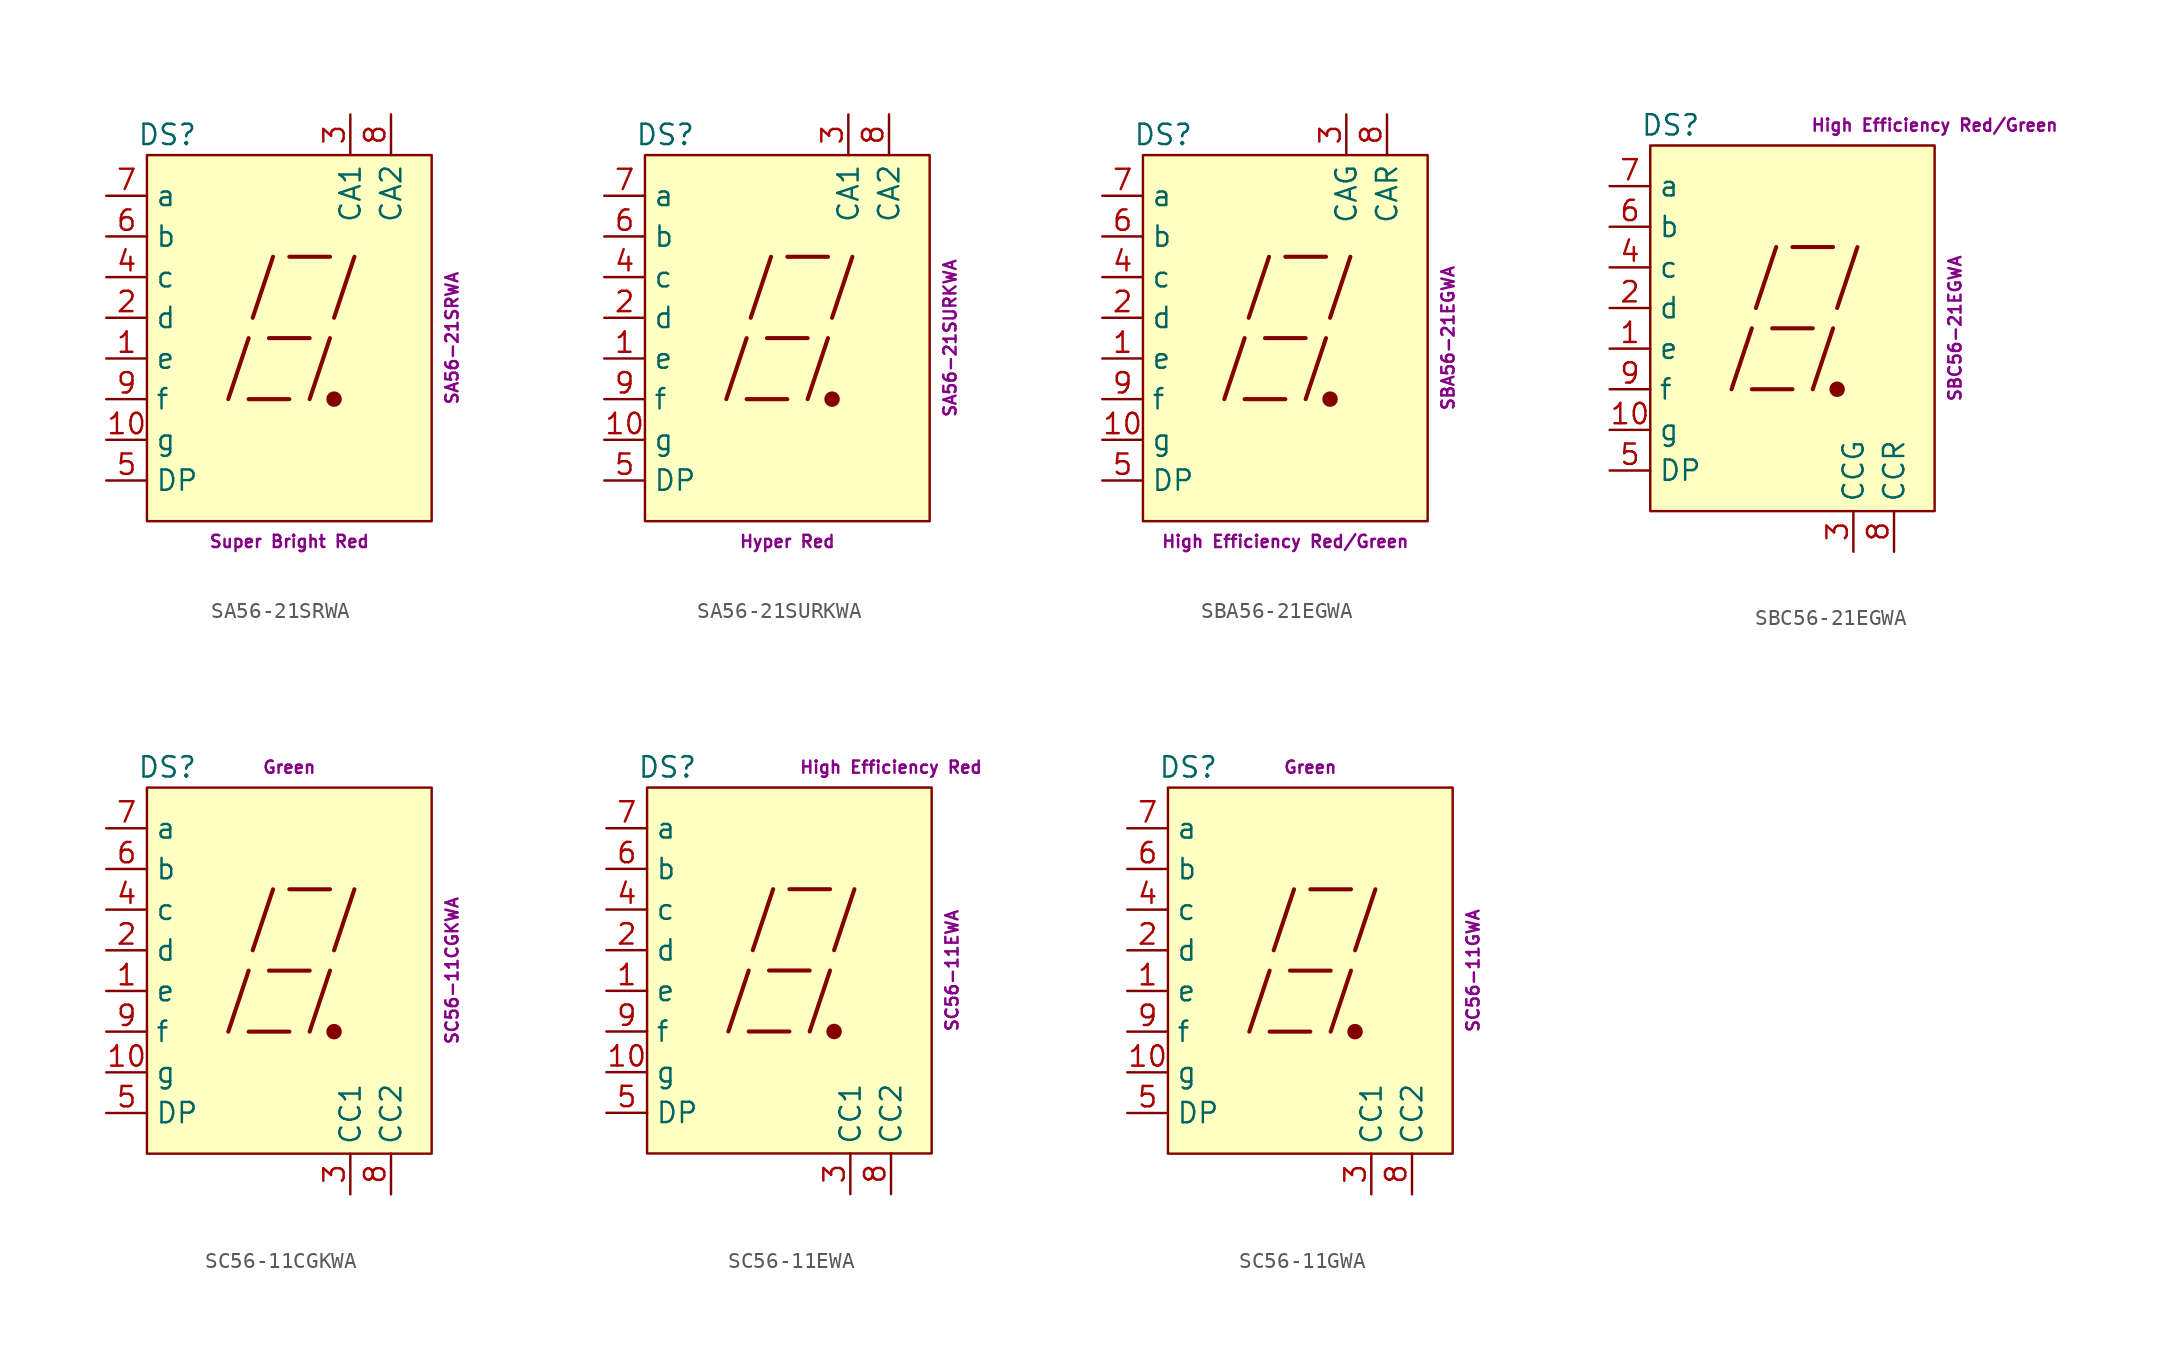
<source format=kicad_sym>
(kicad_symbol_lib
  (version 20211014)
  (generator kicad_symbol_editor)
  (symbol "SA56-21SRWA"
    (property "Reference" "DS"
      (at -7.62 12.7 0)
      (effects (font (size 1.27 1.27))))
    (property "Color" "Super Bright Red"
      (at 0 -12.7 0)
      (effects (font (size 0.762 0.762))))
    (property "Name" "SA56-21SRWA"
      (at 10.16 0 90)
      (effects (font (size 0.762 0.762))))
    (symbol "SA56-21SRWA_0_0"
      (rectangle (start -8.89 11.43) (end 8.89 -11.43) (stroke (width 0) (type default) (color 0 0 0 0)) (fill (type background)))
      (polyline (pts (xy -3.81 -3.81) (xy -2.54 0)) (stroke (width 0.254) (type default) (color 0 0 0 0)) (fill (type none)))
      (polyline (pts (xy -2.54 -3.81) (xy 0 -3.81)) (stroke (width 0.254) (type default) (color 0 0 0 0)) (fill (type none)))
      (polyline (pts (xy -2.286 1.27) (xy -1.016 5.08)) (stroke (width 0.254) (type default) (color 0 0 0 0)) (fill (type none)))
      (polyline (pts (xy -1.27 0) (xy 1.27 0)) (stroke (width 0.254) (type default) (color 0 0 0 0)) (fill (type none)))
      (polyline (pts (xy 0 5.08) (xy 2.54 5.08)) (stroke (width 0.254) (type default) (color 0 0 0 0)) (fill (type none)))
      (polyline (pts (xy 1.27 -3.81) (xy 2.54 0)) (stroke (width 0.254) (type default) (color 0 0 0 0)) (fill (type none)))
      (polyline (pts (xy 2.794 1.27) (xy 4.064 5.08)) (stroke (width 0.254) (type default) (color 0 0 0 0)) (fill (type none))))
    (symbol "SA56-21SRWA_0_1"
      (circle (center 2.794 -3.81) (radius 0.356) (stroke (width 0.254) (type default) (color 0 0 0 0)) (fill (type outline))))
    (symbol "SA56-21SRWA_1_1"
      (pin passive line (at -11.43 -1.27 0) (length 2.54) (name "e" (effects (font (size 1.27 1.27)))) (number "1" (effects (font (size 1.27 1.27)))))
      (pin passive line (at -11.43 -6.35 0) (length 2.54) (name "g" (effects (font (size 1.27 1.27)))) (number "10" (effects (font (size 1.27 1.27)))))
      (pin passive line (at -11.43 1.27 0) (length 2.54) (name "d" (effects (font (size 1.27 1.27)))) (number "2" (effects (font (size 1.27 1.27)))))
      (pin passive line (at 3.81 13.97 270) (length 2.54) (name "CA1" (effects (font (size 1.27 1.27)))) (number "3" (effects (font (size 1.27 1.27)))))
      (pin passive line (at -11.43 3.81 0) (length 2.54) (name "c" (effects (font (size 1.27 1.27)))) (number "4" (effects (font (size 1.27 1.27)))))
      (pin passive line (at -11.43 -8.89 0) (length 2.54) (name "DP" (effects (font (size 1.27 1.27)))) (number "5" (effects (font (size 1.27 1.27)))))
      (pin passive line (at -11.43 6.35 0) (length 2.54) (name "b" (effects (font (size 1.27 1.27)))) (number "6" (effects (font (size 1.27 1.27)))))
      (pin passive line (at -11.43 8.89 0) (length 2.54) (name "a" (effects (font (size 1.27 1.27)))) (number "7" (effects (font (size 1.27 1.27)))))
      (pin passive line (at 6.35 13.97 270) (length 2.54) (name "CA2" (effects (font (size 1.27 1.27)))) (number "8" (effects (font (size 1.27 1.27)))))
      (pin passive line (at -11.43 -3.81 0) (length 2.54) (name "f" (effects (font (size 1.27 1.27)))) (number "9" (effects (font (size 1.27 1.27)))))))
  (symbol "SA56-21SURKWA"
    (property "Reference" "DS"
      (at -7.62 12.7 0)
      (effects (font (size 1.27 1.27))))
    (property "Color" "Hyper Red"
      (at 0 -12.7 0)
      (effects (font (size 0.762 0.762))))
    (property "Name" "SA56-21SURKWA"
      (at 10.16 0 90)
      (effects (font (size 0.762 0.762))))
    (symbol "SA56-21SURKWA_0_0"
      (rectangle (start -8.89 11.43) (end 8.89 -11.43) (stroke (width 0) (type default) (color 0 0 0 0)) (fill (type background)))
      (polyline (pts (xy -3.81 -3.81) (xy -2.54 0)) (stroke (width 0.254) (type default) (color 0 0 0 0)) (fill (type none)))
      (polyline (pts (xy -2.54 -3.81) (xy 0 -3.81)) (stroke (width 0.254) (type default) (color 0 0 0 0)) (fill (type none)))
      (polyline (pts (xy -2.286 1.27) (xy -1.016 5.08)) (stroke (width 0.254) (type default) (color 0 0 0 0)) (fill (type none)))
      (polyline (pts (xy -1.27 0) (xy 1.27 0)) (stroke (width 0.254) (type default) (color 0 0 0 0)) (fill (type none)))
      (polyline (pts (xy 0 5.08) (xy 2.54 5.08)) (stroke (width 0.254) (type default) (color 0 0 0 0)) (fill (type none)))
      (polyline (pts (xy 1.27 -3.81) (xy 2.54 0)) (stroke (width 0.254) (type default) (color 0 0 0 0)) (fill (type none)))
      (polyline (pts (xy 2.794 1.27) (xy 4.064 5.08)) (stroke (width 0.254) (type default) (color 0 0 0 0)) (fill (type none))))
    (symbol "SA56-21SURKWA_0_1"
      (circle (center 2.794 -3.81) (radius 0.356) (stroke (width 0.254) (type default) (color 0 0 0 0)) (fill (type outline))))
    (symbol "SA56-21SURKWA_1_1"
      (pin passive line (at -11.43 -1.27 0) (length 2.54) (name "e" (effects (font (size 1.27 1.27)))) (number "1" (effects (font (size 1.27 1.27)))))
      (pin passive line (at -11.43 -6.35 0) (length 2.54) (name "g" (effects (font (size 1.27 1.27)))) (number "10" (effects (font (size 1.27 1.27)))))
      (pin passive line (at -11.43 1.27 0) (length 2.54) (name "d" (effects (font (size 1.27 1.27)))) (number "2" (effects (font (size 1.27 1.27)))))
      (pin passive line (at 3.81 13.97 270) (length 2.54) (name "CA1" (effects (font (size 1.27 1.27)))) (number "3" (effects (font (size 1.27 1.27)))))
      (pin passive line (at -11.43 3.81 0) (length 2.54) (name "c" (effects (font (size 1.27 1.27)))) (number "4" (effects (font (size 1.27 1.27)))))
      (pin passive line (at -11.43 -8.89 0) (length 2.54) (name "DP" (effects (font (size 1.27 1.27)))) (number "5" (effects (font (size 1.27 1.27)))))
      (pin passive line (at -11.43 6.35 0) (length 2.54) (name "b" (effects (font (size 1.27 1.27)))) (number "6" (effects (font (size 1.27 1.27)))))
      (pin passive line (at -11.43 8.89 0) (length 2.54) (name "a" (effects (font (size 1.27 1.27)))) (number "7" (effects (font (size 1.27 1.27)))))
      (pin passive line (at 6.35 13.97 270) (length 2.54) (name "CA2" (effects (font (size 1.27 1.27)))) (number "8" (effects (font (size 1.27 1.27)))))
      (pin passive line (at -11.43 -3.81 0) (length 2.54) (name "f" (effects (font (size 1.27 1.27)))) (number "9" (effects (font (size 1.27 1.27)))))))
  (symbol "SBA56-21EGWA"
    (property "Reference" "DS"
      (at -7.62 12.7 0)
      (effects (font (size 1.27 1.27))))
    (property "Color" "High Efficiency Red/Green"
      (at 0 -12.7 0)
      (effects (font (size 0.762 0.762))))
    (property "Name" "SBA56-21EGWA"
      (at 10.16 0 90)
      (effects (font (size 0.762 0.762))))
    (symbol "SBA56-21EGWA_0_0"
      (rectangle (start -8.89 11.43) (end 8.89 -11.43) (stroke (width 0) (type default) (color 0 0 0 0)) (fill (type background)))
      (polyline (pts (xy -3.81 -3.81) (xy -2.54 0)) (stroke (width 0.254) (type default) (color 0 0 0 0)) (fill (type none)))
      (polyline (pts (xy -2.54 -3.81) (xy 0 -3.81)) (stroke (width 0.254) (type default) (color 0 0 0 0)) (fill (type none)))
      (polyline (pts (xy -2.286 1.27) (xy -1.016 5.08)) (stroke (width 0.254) (type default) (color 0 0 0 0)) (fill (type none)))
      (polyline (pts (xy -1.27 0) (xy 1.27 0)) (stroke (width 0.254) (type default) (color 0 0 0 0)) (fill (type none)))
      (polyline (pts (xy 0 5.08) (xy 2.54 5.08)) (stroke (width 0.254) (type default) (color 0 0 0 0)) (fill (type none)))
      (polyline (pts (xy 1.27 -3.81) (xy 2.54 0)) (stroke (width 0.254) (type default) (color 0 0 0 0)) (fill (type none)))
      (polyline (pts (xy 2.794 1.27) (xy 4.064 5.08)) (stroke (width 0.254) (type default) (color 0 0 0 0)) (fill (type none))))
    (symbol "SBA56-21EGWA_0_1"
      (circle (center 2.794 -3.81) (radius 0.356) (stroke (width 0.254) (type default) (color 0 0 0 0)) (fill (type outline))))
    (symbol "SBA56-21EGWA_1_1"
      (pin passive line (at -11.43 -1.27 0) (length 2.54) (name "e" (effects (font (size 1.27 1.27)))) (number "1" (effects (font (size 1.27 1.27)))))
      (pin passive line (at -11.43 -6.35 0) (length 2.54) (name "g" (effects (font (size 1.27 1.27)))) (number "10" (effects (font (size 1.27 1.27)))))
      (pin passive line (at -11.43 1.27 0) (length 2.54) (name "d" (effects (font (size 1.27 1.27)))) (number "2" (effects (font (size 1.27 1.27)))))
      (pin passive line (at 3.81 13.97 270) (length 2.54) (name "CAG" (effects (font (size 1.27 1.27)))) (number "3" (effects (font (size 1.27 1.27)))))
      (pin passive line (at -11.43 3.81 0) (length 2.54) (name "c" (effects (font (size 1.27 1.27)))) (number "4" (effects (font (size 1.27 1.27)))))
      (pin passive line (at -11.43 -8.89 0) (length 2.54) (name "DP" (effects (font (size 1.27 1.27)))) (number "5" (effects (font (size 1.27 1.27)))))
      (pin passive line (at -11.43 6.35 0) (length 2.54) (name "b" (effects (font (size 1.27 1.27)))) (number "6" (effects (font (size 1.27 1.27)))))
      (pin passive line (at -11.43 8.89 0) (length 2.54) (name "a" (effects (font (size 1.27 1.27)))) (number "7" (effects (font (size 1.27 1.27)))))
      (pin passive line (at 6.35 13.97 270) (length 2.54) (name "CAR" (effects (font (size 1.27 1.27)))) (number "8" (effects (font (size 1.27 1.27)))))
      (pin passive line (at -11.43 -3.81 0) (length 2.54) (name "f" (effects (font (size 1.27 1.27)))) (number "9" (effects (font (size 1.27 1.27)))))))
  (symbol "SBC56-21EGWA"
    (property "Reference" "DS"
      (at -7.62 12.7 0)
      (effects (font (size 1.27 1.27))))
    (property "Color" "High Efficiency Red/Green"
      (at 8.89 12.7 0)
      (effects (font (size 0.762 0.762))))
    (property "Name" "SBC56-21EGWA"
      (at 10.16 0 90)
      (effects (font (size 0.762 0.762))))
    (symbol "SBC56-21EGWA_0_0"
      (rectangle (start -8.89 11.43) (end 8.89 -11.43) (stroke (width 0) (type default) (color 0 0 0 0)) (fill (type background)))
      (polyline (pts (xy -3.81 -3.81) (xy -2.54 0)) (stroke (width 0.254) (type default) (color 0 0 0 0)) (fill (type none)))
      (polyline (pts (xy -2.54 -3.81) (xy 0 -3.81)) (stroke (width 0.254) (type default) (color 0 0 0 0)) (fill (type none)))
      (polyline (pts (xy -2.286 1.27) (xy -1.016 5.08)) (stroke (width 0.254) (type default) (color 0 0 0 0)) (fill (type none)))
      (polyline (pts (xy -1.27 0) (xy 1.27 0)) (stroke (width 0.254) (type default) (color 0 0 0 0)) (fill (type none)))
      (polyline (pts (xy 0 5.08) (xy 2.54 5.08)) (stroke (width 0.254) (type default) (color 0 0 0 0)) (fill (type none)))
      (polyline (pts (xy 1.27 -3.81) (xy 2.54 0)) (stroke (width 0.254) (type default) (color 0 0 0 0)) (fill (type none)))
      (polyline (pts (xy 2.794 1.27) (xy 4.064 5.08)) (stroke (width 0.254) (type default) (color 0 0 0 0)) (fill (type none))))
    (symbol "SBC56-21EGWA_0_1"
      (circle (center 2.794 -3.81) (radius 0.356) (stroke (width 0.254) (type default) (color 0 0 0 0)) (fill (type outline))))
    (symbol "SBC56-21EGWA_1_1"
      (pin passive line (at -11.43 -1.27 0) (length 2.54) (name "e" (effects (font (size 1.27 1.27)))) (number "1" (effects (font (size 1.27 1.27)))))
      (pin passive line (at -11.43 -6.35 0) (length 2.54) (name "g" (effects (font (size 1.27 1.27)))) (number "10" (effects (font (size 1.27 1.27)))))
      (pin passive line (at -11.43 1.27 0) (length 2.54) (name "d" (effects (font (size 1.27 1.27)))) (number "2" (effects (font (size 1.27 1.27)))))
      (pin passive line (at 3.81 -13.97 90) (length 2.54) (name "CCG" (effects (font (size 1.27 1.27)))) (number "3" (effects (font (size 1.27 1.27)))))
      (pin passive line (at -11.43 3.81 0) (length 2.54) (name "c" (effects (font (size 1.27 1.27)))) (number "4" (effects (font (size 1.27 1.27)))))
      (pin passive line (at -11.43 -8.89 0) (length 2.54) (name "DP" (effects (font (size 1.27 1.27)))) (number "5" (effects (font (size 1.27 1.27)))))
      (pin passive line (at -11.43 6.35 0) (length 2.54) (name "b" (effects (font (size 1.27 1.27)))) (number "6" (effects (font (size 1.27 1.27)))))
      (pin passive line (at -11.43 8.89 0) (length 2.54) (name "a" (effects (font (size 1.27 1.27)))) (number "7" (effects (font (size 1.27 1.27)))))
      (pin passive line (at 6.35 -13.97 90) (length 2.54) (name "CCR" (effects (font (size 1.27 1.27)))) (number "8" (effects (font (size 1.27 1.27)))))
      (pin passive line (at -11.43 -3.81 0) (length 2.54) (name "f" (effects (font (size 1.27 1.27)))) (number "9" (effects (font (size 1.27 1.27)))))))
  (symbol "SC56-11CGKWA"
    (property "Reference" "DS"
      (at -7.62 12.7 0)
      (effects (font (size 1.27 1.27))))
    (property "Color" "Green"
      (at 0 12.7 0)
      (effects (font (size 0.762 0.762))))
    (property "Name" "SC56-11CGKWA"
      (at 10.16 0 90)
      (effects (font (size 0.762 0.762))))
    (symbol "SC56-11CGKWA_0_0"
      (rectangle (start -8.89 11.43) (end 8.89 -11.43) (stroke (width 0) (type default) (color 0 0 0 0)) (fill (type background)))
      (polyline (pts (xy -3.81 -3.81) (xy -2.54 0)) (stroke (width 0.254) (type default) (color 0 0 0 0)) (fill (type none)))
      (polyline (pts (xy -2.54 -3.81) (xy 0 -3.81)) (stroke (width 0.254) (type default) (color 0 0 0 0)) (fill (type none)))
      (polyline (pts (xy -2.286 1.27) (xy -1.016 5.08)) (stroke (width 0.254) (type default) (color 0 0 0 0)) (fill (type none)))
      (polyline (pts (xy -1.27 0) (xy 1.27 0)) (stroke (width 0.254) (type default) (color 0 0 0 0)) (fill (type none)))
      (polyline (pts (xy 0 5.08) (xy 2.54 5.08)) (stroke (width 0.254) (type default) (color 0 0 0 0)) (fill (type none)))
      (polyline (pts (xy 1.27 -3.81) (xy 2.54 0)) (stroke (width 0.254) (type default) (color 0 0 0 0)) (fill (type none)))
      (polyline (pts (xy 2.794 1.27) (xy 4.064 5.08)) (stroke (width 0.254) (type default) (color 0 0 0 0)) (fill (type none))))
    (symbol "SC56-11CGKWA_0_1"
      (circle (center 2.794 -3.81) (radius 0.356) (stroke (width 0.254) (type default) (color 0 0 0 0)) (fill (type outline))))
    (symbol "SC56-11CGKWA_1_1"
      (pin passive line (at -11.43 -1.27 0) (length 2.54) (name "e" (effects (font (size 1.27 1.27)))) (number "1" (effects (font (size 1.27 1.27)))))
      (pin passive line (at -11.43 -6.35 0) (length 2.54) (name "g" (effects (font (size 1.27 1.27)))) (number "10" (effects (font (size 1.27 1.27)))))
      (pin passive line (at -11.43 1.27 0) (length 2.54) (name "d" (effects (font (size 1.27 1.27)))) (number "2" (effects (font (size 1.27 1.27)))))
      (pin passive line (at 3.81 -13.97 90) (length 2.54) (name "CC1" (effects (font (size 1.27 1.27)))) (number "3" (effects (font (size 1.27 1.27)))))
      (pin passive line (at -11.43 3.81 0) (length 2.54) (name "c" (effects (font (size 1.27 1.27)))) (number "4" (effects (font (size 1.27 1.27)))))
      (pin passive line (at -11.43 -8.89 0) (length 2.54) (name "DP" (effects (font (size 1.27 1.27)))) (number "5" (effects (font (size 1.27 1.27)))))
      (pin passive line (at -11.43 6.35 0) (length 2.54) (name "b" (effects (font (size 1.27 1.27)))) (number "6" (effects (font (size 1.27 1.27)))))
      (pin passive line (at -11.43 8.89 0) (length 2.54) (name "a" (effects (font (size 1.27 1.27)))) (number "7" (effects (font (size 1.27 1.27)))))
      (pin passive line (at 6.35 -13.97 90) (length 2.54) (name "CC2" (effects (font (size 1.27 1.27)))) (number "8" (effects (font (size 1.27 1.27)))))
      (pin passive line (at -11.43 -3.81 0) (length 2.54) (name "f" (effects (font (size 1.27 1.27)))) (number "9" (effects (font (size 1.27 1.27)))))))
  (symbol "SC56-11EWA"
    (property "Reference" "DS"
      (at -7.62 12.7 0)
      (effects (font (size 1.27 1.27))))
    (property "Color" "High Efficiency Red"
      (at 6.35 12.7 0)
      (effects (font (size 0.762 0.762))))
    (property "Name" "SC56-11EWA"
      (at 10.16 0 90)
      (effects (font (size 0.762 0.762))))
    (symbol "SC56-11EWA_0_0"
      (rectangle (start -8.89 11.43) (end 8.89 -11.43) (stroke (width 0) (type default) (color 0 0 0 0)) (fill (type background)))
      (polyline (pts (xy -3.81 -3.81) (xy -2.54 0)) (stroke (width 0.254) (type default) (color 0 0 0 0)) (fill (type none)))
      (polyline (pts (xy -2.54 -3.81) (xy 0 -3.81)) (stroke (width 0.254) (type default) (color 0 0 0 0)) (fill (type none)))
      (polyline (pts (xy -2.286 1.27) (xy -1.016 5.08)) (stroke (width 0.254) (type default) (color 0 0 0 0)) (fill (type none)))
      (polyline (pts (xy -1.27 0) (xy 1.27 0)) (stroke (width 0.254) (type default) (color 0 0 0 0)) (fill (type none)))
      (polyline (pts (xy 0 5.08) (xy 2.54 5.08)) (stroke (width 0.254) (type default) (color 0 0 0 0)) (fill (type none)))
      (polyline (pts (xy 1.27 -3.81) (xy 2.54 0)) (stroke (width 0.254) (type default) (color 0 0 0 0)) (fill (type none)))
      (polyline (pts (xy 2.794 1.27) (xy 4.064 5.08)) (stroke (width 0.254) (type default) (color 0 0 0 0)) (fill (type none))))
    (symbol "SC56-11EWA_0_1"
      (circle (center 2.794 -3.81) (radius 0.356) (stroke (width 0.254) (type default) (color 0 0 0 0)) (fill (type outline))))
    (symbol "SC56-11EWA_1_1"
      (pin passive line (at -11.43 -1.27 0) (length 2.54) (name "e" (effects (font (size 1.27 1.27)))) (number "1" (effects (font (size 1.27 1.27)))))
      (pin passive line (at -11.43 -6.35 0) (length 2.54) (name "g" (effects (font (size 1.27 1.27)))) (number "10" (effects (font (size 1.27 1.27)))))
      (pin passive line (at -11.43 1.27 0) (length 2.54) (name "d" (effects (font (size 1.27 1.27)))) (number "2" (effects (font (size 1.27 1.27)))))
      (pin passive line (at 3.81 -13.97 90) (length 2.54) (name "CC1" (effects (font (size 1.27 1.27)))) (number "3" (effects (font (size 1.27 1.27)))))
      (pin passive line (at -11.43 3.81 0) (length 2.54) (name "c" (effects (font (size 1.27 1.27)))) (number "4" (effects (font (size 1.27 1.27)))))
      (pin passive line (at -11.43 -8.89 0) (length 2.54) (name "DP" (effects (font (size 1.27 1.27)))) (number "5" (effects (font (size 1.27 1.27)))))
      (pin passive line (at -11.43 6.35 0) (length 2.54) (name "b" (effects (font (size 1.27 1.27)))) (number "6" (effects (font (size 1.27 1.27)))))
      (pin passive line (at -11.43 8.89 0) (length 2.54) (name "a" (effects (font (size 1.27 1.27)))) (number "7" (effects (font (size 1.27 1.27)))))
      (pin passive line (at 6.35 -13.97 90) (length 2.54) (name "CC2" (effects (font (size 1.27 1.27)))) (number "8" (effects (font (size 1.27 1.27)))))
      (pin passive line (at -11.43 -3.81 0) (length 2.54) (name "f" (effects (font (size 1.27 1.27)))) (number "9" (effects (font (size 1.27 1.27)))))))
  (symbol "SC56-11GWA"
    (property "Reference" "DS"
      (at -7.62 12.7 0)
      (effects (font (size 1.27 1.27))))
    (property "Color" "Green"
      (at 0 12.7 0)
      (effects (font (size 0.762 0.762))))
    (property "Name" "SC56-11GWA"
      (at 10.16 0 90)
      (effects (font (size 0.762 0.762))))
    (symbol "SC56-11GWA_0_0"
      (rectangle (start -8.89 11.43) (end 8.89 -11.43) (stroke (width 0) (type default) (color 0 0 0 0)) (fill (type background)))
      (polyline (pts (xy -3.81 -3.81) (xy -2.54 0)) (stroke (width 0.254) (type default) (color 0 0 0 0)) (fill (type none)))
      (polyline (pts (xy -2.54 -3.81) (xy 0 -3.81)) (stroke (width 0.254) (type default) (color 0 0 0 0)) (fill (type none)))
      (polyline (pts (xy -2.286 1.27) (xy -1.016 5.08)) (stroke (width 0.254) (type default) (color 0 0 0 0)) (fill (type none)))
      (polyline (pts (xy -1.27 0) (xy 1.27 0)) (stroke (width 0.254) (type default) (color 0 0 0 0)) (fill (type none)))
      (polyline (pts (xy 0 5.08) (xy 2.54 5.08)) (stroke (width 0.254) (type default) (color 0 0 0 0)) (fill (type none)))
      (polyline (pts (xy 1.27 -3.81) (xy 2.54 0)) (stroke (width 0.254) (type default) (color 0 0 0 0)) (fill (type none)))
      (polyline (pts (xy 2.794 1.27) (xy 4.064 5.08)) (stroke (width 0.254) (type default) (color 0 0 0 0)) (fill (type none))))
    (symbol "SC56-11GWA_0_1"
      (circle (center 2.794 -3.81) (radius 0.356) (stroke (width 0.254) (type default) (color 0 0 0 0)) (fill (type outline))))
    (symbol "SC56-11GWA_1_1"
      (pin passive line (at -11.43 -1.27 0) (length 2.54) (name "e" (effects (font (size 1.27 1.27)))) (number "1" (effects (font (size 1.27 1.27)))))
      (pin passive line (at -11.43 -6.35 0) (length 2.54) (name "g" (effects (font (size 1.27 1.27)))) (number "10" (effects (font (size 1.27 1.27)))))
      (pin passive line (at -11.43 1.27 0) (length 2.54) (name "d" (effects (font (size 1.27 1.27)))) (number "2" (effects (font (size 1.27 1.27)))))
      (pin passive line (at 3.81 -13.97 90) (length 2.54) (name "CC1" (effects (font (size 1.27 1.27)))) (number "3" (effects (font (size 1.27 1.27)))))
      (pin passive line (at -11.43 3.81 0) (length 2.54) (name "c" (effects (font (size 1.27 1.27)))) (number "4" (effects (font (size 1.27 1.27)))))
      (pin passive line (at -11.43 -8.89 0) (length 2.54) (name "DP" (effects (font (size 1.27 1.27)))) (number "5" (effects (font (size 1.27 1.27)))))
      (pin passive line (at -11.43 6.35 0) (length 2.54) (name "b" (effects (font (size 1.27 1.27)))) (number "6" (effects (font (size 1.27 1.27)))))
      (pin passive line (at -11.43 8.89 0) (length 2.54) (name "a" (effects (font (size 1.27 1.27)))) (number "7" (effects (font (size 1.27 1.27)))))
      (pin passive line (at 6.35 -13.97 90) (length 2.54) (name "CC2" (effects (font (size 1.27 1.27)))) (number "8" (effects (font (size 1.27 1.27)))))
      (pin passive line (at -11.43 -3.81 0) (length 2.54) (name "f" (effects (font (size 1.27 1.27)))) (number "9" (effects (font (size 1.27 1.27))))))))
</source>
